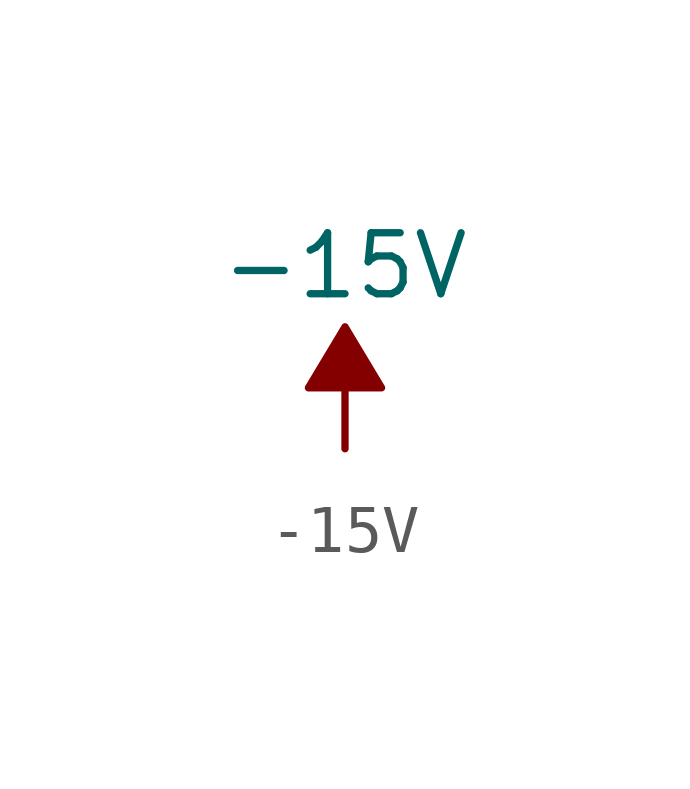
<source format=kicad_sym>
(kicad_symbol_lib
  (version 20201005)
  (generator kicad_symbol_editor)
  (symbol "-15V"
    (power)
    (pin_names
      (offset 0))
    (property "Reference" "#PWR"
      (at 0 2.54 0)
      (effects (font (size 1.27 1.27)) hide))
    (property "Value" "-15V"
      (at 0 3.81 0)
      (effects (font (size 1.27 1.27))))
    (symbol "-15V_0_0"
      (pin power_in line (at 0 0 90) (length 0) hide (name "-15V" (effects (font (size 1.27 1.27)))) (number "1" (effects (font (size 1.27 1.27))))))
    (symbol "-15V_0_1"
      (polyline (pts (xy 0 0) (xy 0 1.27) (xy 0.762 1.27) (xy 0 2.54) (xy -0.762 1.27) (xy 0 1.27)) (stroke (width 0)) (fill (type outline))))))
</source>
